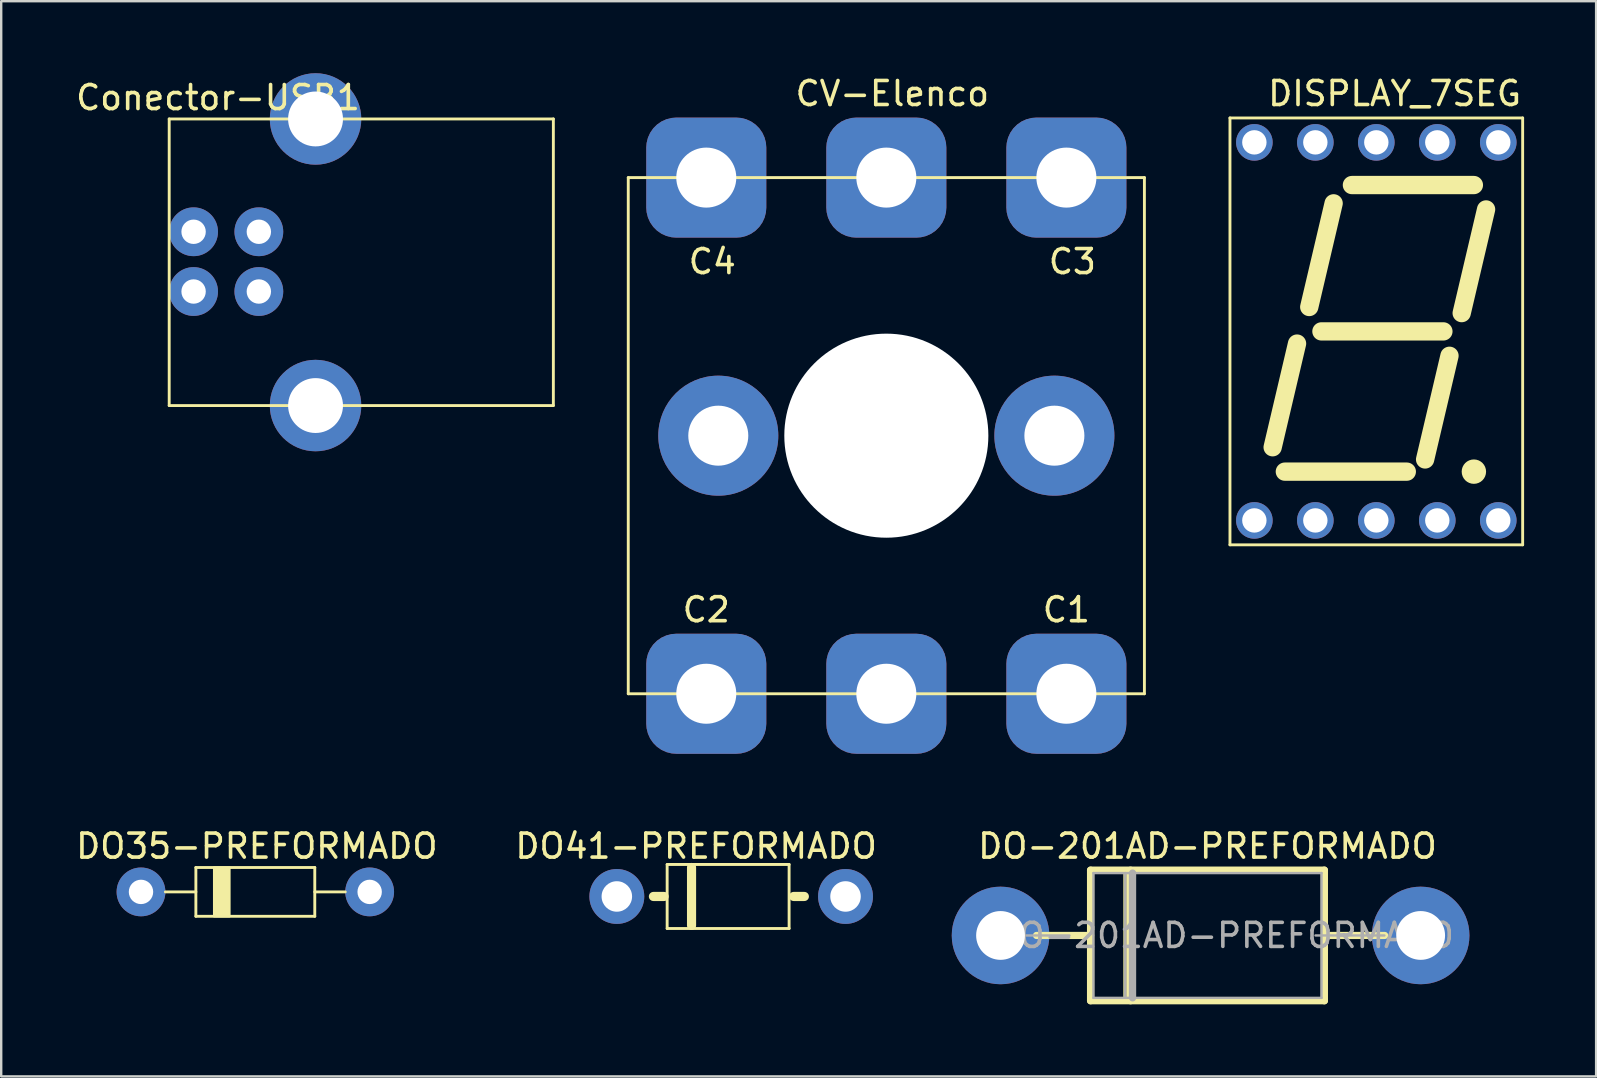
<source format=kicad_pcb>
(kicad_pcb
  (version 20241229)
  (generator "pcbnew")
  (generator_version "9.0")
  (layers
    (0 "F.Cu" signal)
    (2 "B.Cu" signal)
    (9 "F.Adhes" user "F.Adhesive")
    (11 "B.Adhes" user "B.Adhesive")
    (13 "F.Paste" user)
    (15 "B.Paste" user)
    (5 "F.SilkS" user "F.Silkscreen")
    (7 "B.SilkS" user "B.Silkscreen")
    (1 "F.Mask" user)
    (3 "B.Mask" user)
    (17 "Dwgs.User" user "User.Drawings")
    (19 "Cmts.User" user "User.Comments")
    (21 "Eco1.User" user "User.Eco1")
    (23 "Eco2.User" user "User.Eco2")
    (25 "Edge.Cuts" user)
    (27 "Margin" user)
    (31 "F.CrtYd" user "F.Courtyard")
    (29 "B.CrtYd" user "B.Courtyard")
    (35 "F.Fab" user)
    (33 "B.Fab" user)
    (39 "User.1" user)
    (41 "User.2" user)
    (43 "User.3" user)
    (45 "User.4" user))
  (footprint "DO-201AD-PREFORMADO"
    (layer "F.Cu")
    (at 38.627 35.916)
    (property "Reference" "DO-201AD-PREFORMADO" (at 8.62 -3.72 0) (layer "F.SilkS") (effects (font (size 1 1) (thickness 0.15))))
    (attr through_hole)
    (fp_line (start 1.5 0) (end 3.75 0) (stroke (width 0.3) (type solid)) (layer "F.SilkS"))
    (fp_line (start 3.75 -2.72) (end 3.75 2.72) (stroke (width 0.3) (type solid)) (layer "F.SilkS"))
    (fp_line (start 3.75 2.72) (end 13.49 2.72) (stroke (width 0.3) (type solid)) (layer "F.SilkS"))
    (fp_line (start 5.175 -2.72) (end 5.175 2.72) (stroke (width 0.12) (type solid)) (layer "F.SilkS"))
    (fp_line (start 5.295 -2.72) (end 5.295 2.72) (stroke (width 0.12) (type solid)) (layer "F.SilkS"))
    (fp_line (start 5.415 -2.72) (end 5.415 2.72) (stroke (width 0.3) (type solid)) (layer "F.SilkS"))
    (fp_line (start 13.49 -2.72) (end 3.75 -2.72) (stroke (width 0.3) (type solid)) (layer "F.SilkS"))
    (fp_line (start 13.49 2.72) (end 13.49 -2.72) (stroke (width 0.3) (type solid)) (layer "F.SilkS"))
    (fp_line (start 16 0) (end 13.49 0) (stroke (width 0.3) (type solid)) (layer "F.SilkS"))
    (fp_line (start 0 0) (end 2.87 0) (stroke (width 0.1) (type solid)) (layer "F.Fab"))
    (fp_line (start 3.87 -2.6) (end 3.87 2.6) (stroke (width 0.1) (type solid)) (layer "F.Fab"))
    (fp_line (start 3.87 2.6) (end 13.37 2.6) (stroke (width 0.1) (type solid)) (layer "F.Fab"))
    (fp_line (start 5.195 -2.6) (end 5.195 2.6) (stroke (width 0.1) (type solid)) (layer "F.Fab"))
    (fp_line (start 5.395 -2.6) (end 5.395 2.6) (stroke (width 0.1) (type solid)) (layer "F.Fab"))
    (fp_line (start 5.5 -2.6) (end 5.5 2.6) (stroke (width 0.3) (type solid)) (layer "F.Fab"))
    (fp_line (start 13.37 -2.6) (end 3.87 -2.6) (stroke (width 0.1) (type solid)) (layer "F.Fab"))
    (fp_line (start 13.37 2.6) (end 13.37 -2.6) (stroke (width 0.1) (type solid)) (layer "F.Fab"))
    (fp_line (start 15.99 0) (end 13.12 0) (stroke (width 0.1) (type solid)) (layer "F.Fab"))
    (fp_text user "${REFERENCE}" (at 9.332 0 0) (layer "F.Fab") (effects (font (size 1 1) (thickness 0.15))))
    (pad "1" thru_hole circle (at 0 0) (size 4.064 4.064) (drill 2.032) (layers "*.Cu" "*.Mask"))
    (pad "2" thru_hole circle (at 17.5 0) (size 4.064 4.064) (drill 2.032) (layers "*.Cu" "*.Mask")))
  (footprint "DO41-PREFORMADO"
    (layer "F.Cu")
    (at 26.391 36.959)
    (property "Reference" "DO41-PREFORMADO" (at -0.445 -4.763 0) (layer "F.SilkS") (effects (font (size 1 1) (thickness 0.15))))
    (attr through_hole)
    (fp_line (start -2.223 -2.667) (end -1.778 -2.667) (stroke (width 0.381) (type solid)) (layer "F.SilkS"))
    (fp_line (start -1.651 -1.333) (end -1.651 -4) (stroke (width 0.12) (type solid)) (layer "F.SilkS"))
    (fp_line (start -1.651 -1.333) (end 3.429 -1.333) (stroke (width 0.12) (type solid)) (layer "F.SilkS"))
    (fp_line (start -0.635 -3.873) (end -0.635 -1.46) (stroke (width 0.381) (type solid)) (layer "F.SilkS"))
    (fp_line (start 3.429 -4) (end -1.651 -4) (stroke (width 0.12) (type solid)) (layer "F.SilkS"))
    (fp_line (start 3.429 -1.333) (end 3.429 -4) (stroke (width 0.12) (type solid)) (layer "F.SilkS"))
    (fp_line (start 3.619 -2.667) (end 4.064 -2.667) (stroke (width 0.381) (type solid)) (layer "F.SilkS"))
    (pad "1" thru_hole circle (at -3.747 -2.667) (size 2.286 2.286) (drill 1.27) (layers "*.Cu" "*.Mask"))
    (pad "2" thru_hole circle (at 5.779 -2.667) (size 2.286 2.286) (drill 1.27) (layers "*.Cu" "*.Mask")))
  (footprint "DO35-PREFORMADO"
    (layer "F.Cu")
    (at 7.649 37.023)
    (property "Reference" "DO35-PREFORMADO" (at 0 -4.826 0) (layer "F.SilkS") (effects (font (size 1 1) (thickness 0.15))))
    (attr through_hole)
    (fp_line (start -3.81 -2.921) (end -2.54 -2.921) (stroke (width 0.12) (type solid)) (layer "F.SilkS"))
    (fp_line (start -2.54 -3.937) (end 2.413 -3.937) (stroke (width 0.12) (type solid)) (layer "F.SilkS"))
    (fp_line (start -2.54 -1.905) (end -2.54 -3.937) (stroke (width 0.12) (type solid)) (layer "F.SilkS"))
    (fp_line (start 2.413 -3.937) (end 2.413 -1.905) (stroke (width 0.12) (type solid)) (layer "F.SilkS"))
    (fp_line (start 2.413 -2.921) (end 3.683 -2.921) (stroke (width 0.12) (type solid)) (layer "F.SilkS"))
    (fp_line (start 2.413 -1.905) (end -2.54 -1.905) (stroke (width 0.12) (type solid)) (layer "F.SilkS"))
    (fp_poly (pts (xy -1.778 -3.937) (xy -1.778 -1.905) (xy -1.143 -1.905) (xy -1.143 -3.937)) (stroke (width 0.1) (type solid)) (fill yes) (layer "F.SilkS"))
    (pad "1" thru_hole circle (at -4.826 -2.921) (size 2.032 2.032) (drill 1.016) (layers "*.Cu" "*.Mask"))
    (pad "2" thru_hole circle (at 4.699 -2.921) (size 2.032 2.032) (drill 1.016) (layers "*.Cu" "*.Mask")))
  (footprint "DISPLAY_7SEG"
    (layer "F.Cu")
    (at 47.93 19.898)
    (property "Reference" "DISPLAY_7SEG" (at 7.112 -19.05 0) (layer "F.SilkS") (effects (font (size 1 1) (thickness 0.15))))
    (attr through_hole)
    (fp_line (start 0.254 -18.034) (end 0.254 -0.254) (stroke (width 0.12) (type solid)) (layer "F.SilkS"))
    (fp_line (start 0.254 -0.254) (end 12.446 -0.254) (stroke (width 0.12) (type solid)) (layer "F.SilkS"))
    (fp_line (start 2.54 -3.302) (end 7.62 -3.302) (stroke (width 0.762) (type solid)) (layer "F.SilkS"))
    (fp_line (start 3.048 -8.636) (end 2.032 -4.318) (stroke (width 0.762) (type solid)) (layer "F.SilkS"))
    (fp_line (start 4.064 -9.144) (end 9.144 -9.144) (stroke (width 0.762) (type solid)) (layer "F.SilkS"))
    (fp_line (start 4.572 -14.478) (end 3.556 -10.16) (stroke (width 0.762) (type solid)) (layer "F.SilkS"))
    (fp_line (start 5.334 -15.24) (end 10.414 -15.24) (stroke (width 0.762) (type solid)) (layer "F.SilkS"))
    (fp_line (start 9.398 -8.128) (end 8.382 -3.81) (stroke (width 0.762) (type solid)) (layer "F.SilkS"))
    (fp_line (start 10.922 -14.224) (end 9.906 -9.906) (stroke (width 0.762) (type solid)) (layer "F.SilkS"))
    (fp_line (start 12.446 -18.034) (end 0.254 -18.034) (stroke (width 0.12) (type solid)) (layer "F.SilkS"))
    (fp_line (start 12.446 -0.254) (end 12.446 -18.034) (stroke (width 0.12) (type solid)) (layer "F.SilkS"))
    (fp_circle (center 10.414 -3.302) (end 10.668 -3.302) (stroke (width 0.508) (type solid)) (fill no) (layer "F.SilkS"))
    (pad "1" thru_hole circle (at 1.27 -1.27) (size 1.524 1.524) (drill 1.016) (layers "*.Cu" "*.Mask"))
    (pad "2" thru_hole circle (at 3.81 -1.27) (size 1.524 1.524) (drill 1.016) (layers "*.Cu" "*.Mask"))
    (pad "3" thru_hole circle (at 6.35 -1.27) (size 1.524 1.524) (drill 1.016) (layers "*.Cu" "*.Mask"))
    (pad "4" thru_hole circle (at 8.89 -1.27) (size 1.524 1.524) (drill 1.016) (layers "*.Cu" "*.Mask"))
    (pad "5" thru_hole circle (at 11.43 -1.27) (size 1.524 1.524) (drill 1.016) (layers "*.Cu" "*.Mask"))
    (pad "6" thru_hole circle (at 11.43 -17.018) (size 1.524 1.524) (drill 1.016) (layers "*.Cu" "*.Mask"))
    (pad "7" thru_hole circle (at 8.89 -17.018) (size 1.524 1.524) (drill 1.016) (layers "*.Cu" "*.Mask"))
    (pad "8" thru_hole circle (at 6.35 -17.018) (size 1.524 1.524) (drill 1.016) (layers "*.Cu" "*.Mask"))
    (pad "9" thru_hole circle (at 3.81 -17.018) (size 1.524 1.524) (drill 1.016) (layers "*.Cu" "*.Mask"))
    (pad "10" thru_hole circle (at 1.27 -17.018) (size 1.524 1.524) (drill 1.016) (layers "*.Cu" "*.Mask")))
  (footprint "CV-Elenco"
    (layer "F.Cu")
    (at 33.87 22.598)
    (property "Reference" "CV-Elenco" (at 0.25 -21.75 0) (layer "F.SilkS") (effects (font (size 1 1) (thickness 0.15))))
    (attr through_hole)
    (fp_line (start -10.75 -18.25) (end -10.75 3.25) (stroke (width 0.12) (type solid)) (layer "F.SilkS"))
    (fp_line (start -10.75 3.25) (end 0 3.25) (stroke (width 0.12) (type solid)) (layer "F.SilkS"))
    (fp_line (start 0 3.25) (end 10.75 3.25) (stroke (width 0.12) (type solid)) (layer "F.SilkS"))
    (fp_line (start 10.75 -18.25) (end -10.75 -18.25) (stroke (width 0.12) (type solid)) (layer "F.SilkS"))
    (fp_line (start 10.75 3.25) (end 10.75 -18.25) (stroke (width 0.12) (type solid)) (layer "F.SilkS"))
    (fp_text user "C1" (at 7.5 -0.25 0) (layer "F.SilkS") (effects (font (size 1 1) (thickness 0.15))))
    (fp_text user "C2" (at -7.5 -0.25 0) (layer "F.SilkS") (effects (font (size 1 1) (thickness 0.15))))
    (fp_text user "C3" (at 7.75 -14.75 0) (layer "F.SilkS") (effects (font (size 1 1) (thickness 0.15))))
    (fp_text user "C4" (at -7.25 -14.75 0) (layer "F.SilkS") (effects (font (size 1 1) (thickness 0.15))))
    (pad "" np_thru_hole circle (at -7 -7.5) (size 5 5) (drill 2.5) (layers "*.Cu" "*.Mask"))
    (pad "" np_thru_hole circle (at 0 -7.5) (size 8.5 8.5) (drill 8.5) (layers "*.Cu" "*.Mask"))
    (pad "" np_thru_hole circle (at 7 -7.5) (size 5 5) (drill 2.5) (layers "*.Cu" "*.Mask"))
    (pad "1" thru_hole roundrect (at 7.5 -18.25) (size 5 5) (drill 2.5) (layers "*.Cu" "*.Mask") (roundrect_rratio 0.25))
    (pad "2" thru_hole roundrect (at 0 -18.25) (size 5 5) (drill 2.5) (layers "*.Cu" "*.Mask") (roundrect_rratio 0.25))
    (pad "3" thru_hole roundrect (at -7.5 -18.25) (size 5 5) (drill 2.5) (layers "*.Cu" "*.Mask") (roundrect_rratio 0.25))
    (pad "4" thru_hole roundrect (at 7.5 3.25) (size 5 5) (drill 2.5) (layers "*.Cu" "*.Mask") (roundrect_rratio 0.25))
    (pad "5" thru_hole roundrect (at 0 3.25) (size 5 5) (drill 2.5) (layers "*.Cu" "*.Mask") (roundrect_rratio 0.25))
    (pad "6" thru_hole roundrect (at -7.5 3.25) (size 5 5) (drill 2.5) (layers "*.Cu" "*.Mask") (roundrect_rratio 0.25)))
  (footprint "Conector-USB1"
    (layer "F.Cu")
    (at 3.998 13.843)
    (property "Reference" "Conector-USB1" (at 2.032 -12.827 0) (layer "F.SilkS") (effects (font (size 1 1) (thickness 0.15))))
    (attr through_hole)
    (fp_line (start 0 -11.938) (end 0 0) (stroke (width 0.12) (type solid)) (layer "F.SilkS"))
    (fp_line (start 0 0) (end 16.002 0) (stroke (width 0.12) (type solid)) (layer "F.SilkS"))
    (fp_line (start 16.002 -11.938) (end 0 -11.938) (stroke (width 0.12) (type solid)) (layer "F.SilkS"))
    (fp_line (start 16.002 0) (end 16.002 -11.938) (stroke (width 0.12) (type solid)) (layer "F.SilkS"))
    (pad "1" thru_hole circle (at 1.016 -7.239) (size 2.032 2.032) (drill 1.016) (layers "*.Cu" "*.Mask"))
    (pad "2" thru_hole circle (at 1.016 -4.75) (size 2.032 2.032) (drill 1.016) (layers "*.Cu" "*.Mask"))
    (pad "3" thru_hole circle (at 3.734 -4.75) (size 2.032 2.032) (drill 1.016) (layers "*.Cu" "*.Mask"))
    (pad "4" thru_hole circle (at 3.734 -7.239) (size 2.032 2.032) (drill 1.016) (layers "*.Cu" "*.Mask"))
    (pad "H1" thru_hole circle (at 6.096 0) (size 3.81 3.81) (drill 2.286) (layers "*.Cu" "*.Mask"))
    (pad "H2" thru_hole circle (at 6.096 -11.938) (size 3.81 3.81) (drill 2.286) (layers "*.Cu" "*.Mask")))
  (gr_rect
    (start -3 -3)
    (end 63.436 41.786)
    (stroke (width 0.1) (type default))
    (fill no)
    (layer "Edge.Cuts")))
</source>
